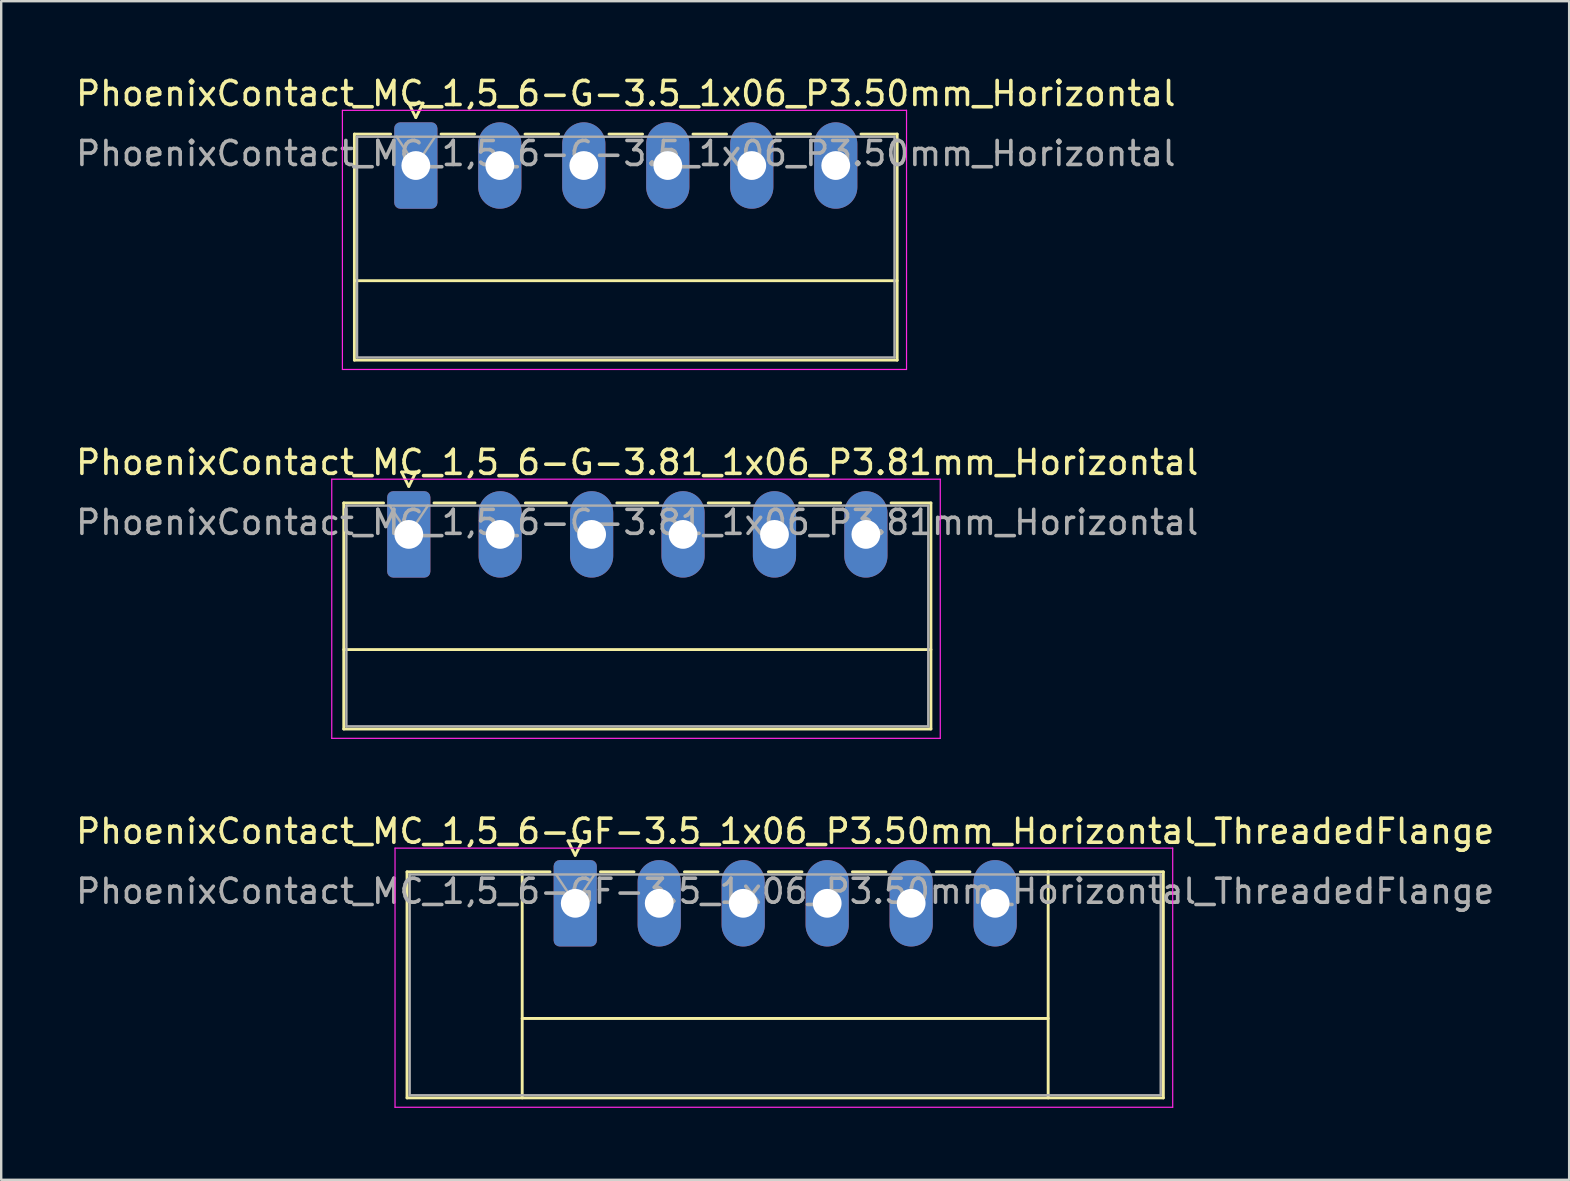
<source format=kicad_pcb>
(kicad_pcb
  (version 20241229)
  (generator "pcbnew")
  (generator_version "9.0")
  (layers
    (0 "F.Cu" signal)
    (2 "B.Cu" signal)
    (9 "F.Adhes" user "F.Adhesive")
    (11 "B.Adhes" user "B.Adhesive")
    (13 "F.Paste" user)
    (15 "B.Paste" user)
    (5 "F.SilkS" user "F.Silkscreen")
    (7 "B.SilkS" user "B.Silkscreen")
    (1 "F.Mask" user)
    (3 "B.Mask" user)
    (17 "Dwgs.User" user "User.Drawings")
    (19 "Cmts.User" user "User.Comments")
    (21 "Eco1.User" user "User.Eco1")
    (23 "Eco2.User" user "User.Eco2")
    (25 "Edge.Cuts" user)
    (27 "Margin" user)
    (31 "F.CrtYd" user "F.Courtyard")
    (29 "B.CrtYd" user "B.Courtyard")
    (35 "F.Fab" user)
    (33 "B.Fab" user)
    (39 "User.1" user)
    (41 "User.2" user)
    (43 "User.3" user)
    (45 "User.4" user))
  (footprint "PhoenixContact_MC_1,5_6-G-3.81_1x06_P3.81mm_Horizontal"
    (layer "F.Cu")
    (at 13.986 19.221)
    (property "Reference" "PhoenixContact_MC_1,5_6-G-3.81_1x06_P3.81mm_Horizontal" (at 9.52 -3 0) (layer "F.SilkS") (effects (font (size 1 1) (thickness 0.15))))
    (attr through_hole)
    (fp_line (start -2.71 -1.31) (end -2.71 8.11) (stroke (width 0.12) (type solid)) (layer "F.SilkS"))
    (fp_line (start -2.71 -1.31) (end -1.05 -1.31) (stroke (width 0.12) (type solid)) (layer "F.SilkS"))
    (fp_line (start -2.71 4.8) (end 21.76 4.8) (stroke (width 0.12) (type solid)) (layer "F.SilkS"))
    (fp_line (start -2.71 8.11) (end 21.76 8.11) (stroke (width 0.12) (type solid)) (layer "F.SilkS"))
    (fp_line (start -0.3 -2.6) (end 0.3 -2.6) (stroke (width 0.12) (type solid)) (layer "F.SilkS"))
    (fp_line (start 0 -2) (end -0.3 -2.6) (stroke (width 0.12) (type solid)) (layer "F.SilkS"))
    (fp_line (start 0.3 -2.6) (end 0 -2) (stroke (width 0.12) (type solid)) (layer "F.SilkS"))
    (fp_line (start 1.05 -1.31) (end 2.76 -1.31) (stroke (width 0.12) (type solid)) (layer "F.SilkS"))
    (fp_line (start 4.86 -1.31) (end 6.57 -1.31) (stroke (width 0.12) (type solid)) (layer "F.SilkS"))
    (fp_line (start 8.67 -1.31) (end 10.38 -1.31) (stroke (width 0.12) (type solid)) (layer "F.SilkS"))
    (fp_line (start 12.48 -1.31) (end 14.19 -1.31) (stroke (width 0.12) (type solid)) (layer "F.SilkS"))
    (fp_line (start 16.29 -1.31) (end 18 -1.31) (stroke (width 0.12) (type solid)) (layer "F.SilkS"))
    (fp_line (start 21.76 -1.31) (end 20.1 -1.31) (stroke (width 0.12) (type solid)) (layer "F.SilkS"))
    (fp_line (start 21.76 8.11) (end 21.76 -1.31) (stroke (width 0.12) (type solid)) (layer "F.SilkS"))
    (fp_line (start -3.21 -2.3) (end -3.21 8.5) (stroke (width 0.05) (type solid)) (layer "F.CrtYd"))
    (fp_line (start -3.21 8.5) (end 22.15 8.5) (stroke (width 0.05) (type solid)) (layer "F.CrtYd"))
    (fp_line (start 22.15 -2.3) (end -3.21 -2.3) (stroke (width 0.05) (type solid)) (layer "F.CrtYd"))
    (fp_line (start 22.15 8.5) (end 22.15 -2.3) (stroke (width 0.05) (type solid)) (layer "F.CrtYd"))
    (fp_line (start -2.6 -1.2) (end -2.6 8) (stroke (width 0.1) (type solid)) (layer "F.Fab"))
    (fp_line (start -2.6 8) (end 21.65 8) (stroke (width 0.1) (type solid)) (layer "F.Fab"))
    (fp_line (start 0 0) (end -0.8 -1.2) (stroke (width 0.1) (type solid)) (layer "F.Fab"))
    (fp_line (start 0.8 -1.2) (end 0 0) (stroke (width 0.1) (type solid)) (layer "F.Fab"))
    (fp_line (start 21.65 -1.2) (end -2.6 -1.2) (stroke (width 0.1) (type solid)) (layer "F.Fab"))
    (fp_line (start 21.65 8) (end 21.65 -1.2) (stroke (width 0.1) (type solid)) (layer "F.Fab"))
    (fp_text user "${REFERENCE}" (at 9.52 -0.5 0) (layer "F.Fab") (effects (font (size 1 1) (thickness 0.15))))
    (pad "1" thru_hole roundrect (at 0 0) (size 1.8 3.6) (drill 1.2) (layers "*.Cu" "*.Mask") (roundrect_rratio 0.139))
    (pad "2" thru_hole oval (at 3.81 0) (size 1.8 3.6) (drill 1.2) (layers "*.Cu" "*.Mask"))
    (pad "3" thru_hole oval (at 7.62 0) (size 1.8 3.6) (drill 1.2) (layers "*.Cu" "*.Mask"))
    (pad "4" thru_hole oval (at 11.43 0) (size 1.8 3.6) (drill 1.2) (layers "*.Cu" "*.Mask"))
    (pad "5" thru_hole oval (at 15.24 0) (size 1.8 3.6) (drill 1.2) (layers "*.Cu" "*.Mask"))
    (pad "6" thru_hole oval (at 19.05 0) (size 1.8 3.6) (drill 1.2) (layers "*.Cu" "*.Mask")))
  (footprint "PhoenixContact_MC_1,5_6-GF-3.5_1x06_P3.50mm_Horizontal_ThreadedFlange"
    (layer "F.Cu")
    (at 20.923 34.595)
    (property "Reference" "PhoenixContact_MC_1,5_6-GF-3.5_1x06_P3.50mm_Horizontal_ThreadedFlange" (at 8.75 -3 0) (layer "F.SilkS") (effects (font (size 1 1) (thickness 0.15))))
    (attr through_hole)
    (fp_line (start -7.01 -1.31) (end -7.01 8.11) (stroke (width 0.12) (type solid)) (layer "F.SilkS"))
    (fp_line (start -7.01 -1.31) (end -1.05 -1.31) (stroke (width 0.12) (type solid)) (layer "F.SilkS"))
    (fp_line (start -7.01 8.11) (end 24.51 8.11) (stroke (width 0.12) (type solid)) (layer "F.SilkS"))
    (fp_line (start -2.21 -1.31) (end -2.21 8.11) (stroke (width 0.12) (type solid)) (layer "F.SilkS"))
    (fp_line (start -2.21 4.8) (end 19.71 4.8) (stroke (width 0.12) (type solid)) (layer "F.SilkS"))
    (fp_line (start -0.3 -2.6) (end 0.3 -2.6) (stroke (width 0.12) (type solid)) (layer "F.SilkS"))
    (fp_line (start 0 -2) (end -0.3 -2.6) (stroke (width 0.12) (type solid)) (layer "F.SilkS"))
    (fp_line (start 0.3 -2.6) (end 0 -2) (stroke (width 0.12) (type solid)) (layer "F.SilkS"))
    (fp_line (start 1.05 -1.31) (end 2.45 -1.31) (stroke (width 0.12) (type solid)) (layer "F.SilkS"))
    (fp_line (start 4.55 -1.31) (end 5.95 -1.31) (stroke (width 0.12) (type solid)) (layer "F.SilkS"))
    (fp_line (start 8.05 -1.31) (end 9.45 -1.31) (stroke (width 0.12) (type solid)) (layer "F.SilkS"))
    (fp_line (start 11.55 -1.31) (end 12.95 -1.31) (stroke (width 0.12) (type solid)) (layer "F.SilkS"))
    (fp_line (start 15.05 -1.31) (end 16.45 -1.31) (stroke (width 0.12) (type solid)) (layer "F.SilkS"))
    (fp_line (start 19.71 -1.31) (end 19.71 8.11) (stroke (width 0.12) (type solid)) (layer "F.SilkS"))
    (fp_line (start 24.51 -1.31) (end 18.55 -1.31) (stroke (width 0.12) (type solid)) (layer "F.SilkS"))
    (fp_line (start 24.51 8.11) (end 24.51 -1.31) (stroke (width 0.12) (type solid)) (layer "F.SilkS"))
    (fp_line (start -7.51 -2.3) (end -7.51 8.5) (stroke (width 0.05) (type solid)) (layer "F.CrtYd"))
    (fp_line (start -7.51 8.5) (end 24.9 8.5) (stroke (width 0.05) (type solid)) (layer "F.CrtYd"))
    (fp_line (start 24.9 -2.3) (end -7.51 -2.3) (stroke (width 0.05) (type solid)) (layer "F.CrtYd"))
    (fp_line (start 24.9 8.5) (end 24.9 -2.3) (stroke (width 0.05) (type solid)) (layer "F.CrtYd"))
    (fp_line (start -6.9 -1.2) (end -6.9 8) (stroke (width 0.1) (type solid)) (layer "F.Fab"))
    (fp_line (start -6.9 8) (end 24.4 8) (stroke (width 0.1) (type solid)) (layer "F.Fab"))
    (fp_line (start 0 0) (end -0.8 -1.2) (stroke (width 0.1) (type solid)) (layer "F.Fab"))
    (fp_line (start 0.8 -1.2) (end 0 0) (stroke (width 0.1) (type solid)) (layer "F.Fab"))
    (fp_line (start 24.4 -1.2) (end -6.9 -1.2) (stroke (width 0.1) (type solid)) (layer "F.Fab"))
    (fp_line (start 24.4 8) (end 24.4 -1.2) (stroke (width 0.1) (type solid)) (layer "F.Fab"))
    (fp_text user "${REFERENCE}" (at 8.75 -0.5 0) (layer "F.Fab") (effects (font (size 1 1) (thickness 0.15))))
    (pad "1" thru_hole roundrect (at 0 0) (size 1.8 3.6) (drill 1.2) (layers "*.Cu" "*.Mask") (roundrect_rratio 0.139))
    (pad "2" thru_hole oval (at 3.5 0) (size 1.8 3.6) (drill 1.2) (layers "*.Cu" "*.Mask"))
    (pad "3" thru_hole oval (at 7 0) (size 1.8 3.6) (drill 1.2) (layers "*.Cu" "*.Mask"))
    (pad "4" thru_hole oval (at 10.5 0) (size 1.8 3.6) (drill 1.2) (layers "*.Cu" "*.Mask"))
    (pad "5" thru_hole oval (at 14 0) (size 1.8 3.6) (drill 1.2) (layers "*.Cu" "*.Mask"))
    (pad "6" thru_hole oval (at 17.5 0) (size 1.8 3.6) (drill 1.2) (layers "*.Cu" "*.Mask")))
  (footprint "PhoenixContact_MC_1,5_6-G-3.5_1x06_P3.50mm_Horizontal"
    (layer "F.Cu")
    (at 14.28 3.848)
    (property "Reference" "PhoenixContact_MC_1,5_6-G-3.5_1x06_P3.50mm_Horizontal" (at 8.75 -3 0) (layer "F.SilkS") (effects (font (size 1 1) (thickness 0.15))))
    (attr through_hole)
    (fp_line (start -2.56 -1.31) (end -2.56 8.11) (stroke (width 0.12) (type solid)) (layer "F.SilkS"))
    (fp_line (start -2.56 -1.31) (end -1.05 -1.31) (stroke (width 0.12) (type solid)) (layer "F.SilkS"))
    (fp_line (start -2.56 4.8) (end 20.06 4.8) (stroke (width 0.12) (type solid)) (layer "F.SilkS"))
    (fp_line (start -2.56 8.11) (end 20.06 8.11) (stroke (width 0.12) (type solid)) (layer "F.SilkS"))
    (fp_line (start -0.3 -2.6) (end 0.3 -2.6) (stroke (width 0.12) (type solid)) (layer "F.SilkS"))
    (fp_line (start 0 -2) (end -0.3 -2.6) (stroke (width 0.12) (type solid)) (layer "F.SilkS"))
    (fp_line (start 0.3 -2.6) (end 0 -2) (stroke (width 0.12) (type solid)) (layer "F.SilkS"))
    (fp_line (start 1.05 -1.31) (end 2.45 -1.31) (stroke (width 0.12) (type solid)) (layer "F.SilkS"))
    (fp_line (start 4.55 -1.31) (end 5.95 -1.31) (stroke (width 0.12) (type solid)) (layer "F.SilkS"))
    (fp_line (start 8.05 -1.31) (end 9.45 -1.31) (stroke (width 0.12) (type solid)) (layer "F.SilkS"))
    (fp_line (start 11.55 -1.31) (end 12.95 -1.31) (stroke (width 0.12) (type solid)) (layer "F.SilkS"))
    (fp_line (start 15.05 -1.31) (end 16.45 -1.31) (stroke (width 0.12) (type solid)) (layer "F.SilkS"))
    (fp_line (start 20.06 -1.31) (end 18.55 -1.31) (stroke (width 0.12) (type solid)) (layer "F.SilkS"))
    (fp_line (start 20.06 8.11) (end 20.06 -1.31) (stroke (width 0.12) (type solid)) (layer "F.SilkS"))
    (fp_line (start -3.06 -2.3) (end -3.06 8.5) (stroke (width 0.05) (type solid)) (layer "F.CrtYd"))
    (fp_line (start -3.06 8.5) (end 20.45 8.5) (stroke (width 0.05) (type solid)) (layer "F.CrtYd"))
    (fp_line (start 20.45 -2.3) (end -3.06 -2.3) (stroke (width 0.05) (type solid)) (layer "F.CrtYd"))
    (fp_line (start 20.45 8.5) (end 20.45 -2.3) (stroke (width 0.05) (type solid)) (layer "F.CrtYd"))
    (fp_line (start -2.45 -1.2) (end -2.45 8) (stroke (width 0.1) (type solid)) (layer "F.Fab"))
    (fp_line (start -2.45 8) (end 19.95 8) (stroke (width 0.1) (type solid)) (layer "F.Fab"))
    (fp_line (start 0 0) (end -0.8 -1.2) (stroke (width 0.1) (type solid)) (layer "F.Fab"))
    (fp_line (start 0.8 -1.2) (end 0 0) (stroke (width 0.1) (type solid)) (layer "F.Fab"))
    (fp_line (start 19.95 -1.2) (end -2.45 -1.2) (stroke (width 0.1) (type solid)) (layer "F.Fab"))
    (fp_line (start 19.95 8) (end 19.95 -1.2) (stroke (width 0.1) (type solid)) (layer "F.Fab"))
    (fp_text user "${REFERENCE}" (at 8.75 -0.5 0) (layer "F.Fab") (effects (font (size 1 1) (thickness 0.15))))
    (pad "1" thru_hole roundrect (at 0 0) (size 1.8 3.6) (drill 1.2) (layers "*.Cu" "*.Mask") (roundrect_rratio 0.139))
    (pad "2" thru_hole oval (at 3.5 0) (size 1.8 3.6) (drill 1.2) (layers "*.Cu" "*.Mask"))
    (pad "3" thru_hole oval (at 7 0) (size 1.8 3.6) (drill 1.2) (layers "*.Cu" "*.Mask"))
    (pad "4" thru_hole oval (at 10.5 0) (size 1.8 3.6) (drill 1.2) (layers "*.Cu" "*.Mask"))
    (pad "5" thru_hole oval (at 14 0) (size 1.8 3.6) (drill 1.2) (layers "*.Cu" "*.Mask"))
    (pad "6" thru_hole oval (at 17.5 0) (size 1.8 3.6) (drill 1.2) (layers "*.Cu" "*.Mask")))
  (gr_rect
    (start -3 -3)
    (end 62.345 46.12)
    (stroke (width 0.1) (type default))
    (fill no)
    (layer "Edge.Cuts")))
</source>
